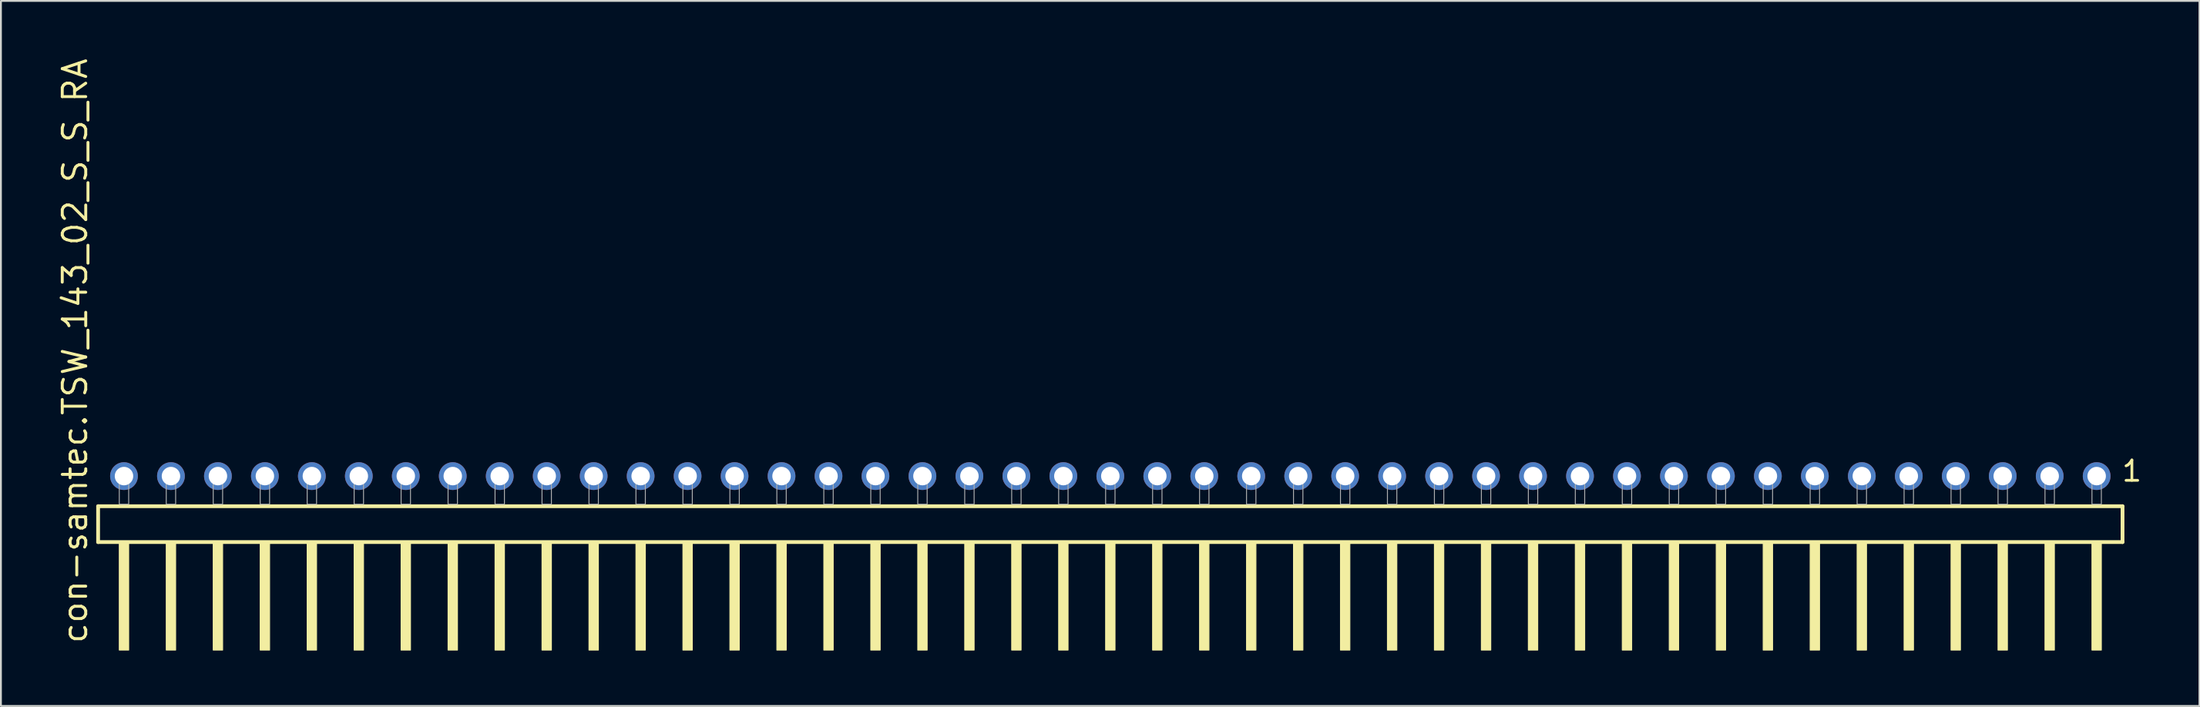
<source format=kicad_pcb>
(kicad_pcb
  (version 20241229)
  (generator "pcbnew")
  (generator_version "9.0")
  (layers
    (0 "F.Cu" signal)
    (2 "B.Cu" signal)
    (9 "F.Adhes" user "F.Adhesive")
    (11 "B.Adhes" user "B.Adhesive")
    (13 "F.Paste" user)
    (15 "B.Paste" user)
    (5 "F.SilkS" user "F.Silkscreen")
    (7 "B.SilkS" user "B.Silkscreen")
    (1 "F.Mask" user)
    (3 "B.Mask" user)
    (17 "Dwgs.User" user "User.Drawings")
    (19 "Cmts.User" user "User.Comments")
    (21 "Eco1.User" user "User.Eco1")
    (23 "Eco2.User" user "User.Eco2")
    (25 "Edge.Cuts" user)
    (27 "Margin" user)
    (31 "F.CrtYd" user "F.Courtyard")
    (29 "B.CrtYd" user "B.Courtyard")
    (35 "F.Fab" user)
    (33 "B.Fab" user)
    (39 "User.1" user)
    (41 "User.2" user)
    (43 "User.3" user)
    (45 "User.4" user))
  (footprint "con-samtec.TSW_143_02_S_S_RA"
    (layer "F.Cu")
    (at 56.995 24.235)
    (property "Reference" "con-samtec.TSW_143_02_S_S_RA" (at -55.245 7.62 90) (layer "F.SilkS") (effects (font (size 1.27 1.27) (thickness 0.16)) (justify left bottom)))
    (attr through_hole)
    (fp_line (start -54.739 0.106) (end -54.739 2.046) (stroke (width 0.203) (type default)) (layer "F.SilkS"))
    (fp_line (start -54.739 2.046) (end 54.739 2.046) (stroke (width 0.203) (type default)) (layer "F.SilkS"))
    (fp_line (start 54.739 0.106) (end -54.739 0.106) (stroke (width 0.203) (type default)) (layer "F.SilkS"))
    (fp_line (start 54.739 2.046) (end 54.739 0.106) (stroke (width 0.203) (type default)) (layer "F.SilkS"))
    (fp_rect (start -53.594 7.89) (end -53.086 2.04) (stroke (width 0.05) (type default)) (fill yes) (layer "F.SilkS"))
    (fp_rect (start -51.054 7.89) (end -50.546 2.04) (stroke (width 0.05) (type default)) (fill yes) (layer "F.SilkS"))
    (fp_rect (start -48.514 7.89) (end -48.006 2.04) (stroke (width 0.05) (type default)) (fill yes) (layer "F.SilkS"))
    (fp_rect (start -45.974 7.89) (end -45.466 2.04) (stroke (width 0.05) (type default)) (fill yes) (layer "F.SilkS"))
    (fp_rect (start -43.434 7.89) (end -42.926 2.04) (stroke (width 0.05) (type default)) (fill yes) (layer "F.SilkS"))
    (fp_rect (start -40.894 7.89) (end -40.386 2.04) (stroke (width 0.05) (type default)) (fill yes) (layer "F.SilkS"))
    (fp_rect (start -38.354 7.89) (end -37.846 2.04) (stroke (width 0.05) (type default)) (fill yes) (layer "F.SilkS"))
    (fp_rect (start -35.814 7.89) (end -35.306 2.04) (stroke (width 0.05) (type default)) (fill yes) (layer "F.SilkS"))
    (fp_rect (start -33.274 7.89) (end -32.766 2.04) (stroke (width 0.05) (type default)) (fill yes) (layer "F.SilkS"))
    (fp_rect (start -30.734 7.89) (end -30.226 2.04) (stroke (width 0.05) (type default)) (fill yes) (layer "F.SilkS"))
    (fp_rect (start -28.194 7.89) (end -27.686 2.04) (stroke (width 0.05) (type default)) (fill yes) (layer "F.SilkS"))
    (fp_rect (start -25.654 7.89) (end -25.146 2.04) (stroke (width 0.05) (type default)) (fill yes) (layer "F.SilkS"))
    (fp_rect (start -23.114 7.89) (end -22.606 2.04) (stroke (width 0.05) (type default)) (fill yes) (layer "F.SilkS"))
    (fp_rect (start -20.574 7.89) (end -20.066 2.04) (stroke (width 0.05) (type default)) (fill yes) (layer "F.SilkS"))
    (fp_rect (start -18.034 7.89) (end -17.526 2.04) (stroke (width 0.05) (type default)) (fill yes) (layer "F.SilkS"))
    (fp_rect (start -15.494 7.89) (end -14.986 2.04) (stroke (width 0.05) (type default)) (fill yes) (layer "F.SilkS"))
    (fp_rect (start -12.954 7.89) (end -12.446 2.04) (stroke (width 0.05) (type default)) (fill yes) (layer "F.SilkS"))
    (fp_rect (start -10.414 7.89) (end -9.906 2.04) (stroke (width 0.05) (type default)) (fill yes) (layer "F.SilkS"))
    (fp_rect (start -7.874 7.89) (end -7.366 2.04) (stroke (width 0.05) (type default)) (fill yes) (layer "F.SilkS"))
    (fp_rect (start -5.334 7.89) (end -4.826 2.04) (stroke (width 0.05) (type default)) (fill yes) (layer "F.SilkS"))
    (fp_rect (start -2.794 7.89) (end -2.286 2.04) (stroke (width 0.05) (type default)) (fill yes) (layer "F.SilkS"))
    (fp_rect (start -0.254 7.89) (end 0.254 2.04) (stroke (width 0.05) (type default)) (fill yes) (layer "F.SilkS"))
    (fp_rect (start 2.286 7.89) (end 2.794 2.04) (stroke (width 0.05) (type default)) (fill yes) (layer "F.SilkS"))
    (fp_rect (start 4.826 7.89) (end 5.334 2.04) (stroke (width 0.05) (type default)) (fill yes) (layer "F.SilkS"))
    (fp_rect (start 7.366 7.89) (end 7.874 2.04) (stroke (width 0.05) (type default)) (fill yes) (layer "F.SilkS"))
    (fp_rect (start 9.906 7.89) (end 10.414 2.04) (stroke (width 0.05) (type default)) (fill yes) (layer "F.SilkS"))
    (fp_rect (start 12.446 7.89) (end 12.954 2.04) (stroke (width 0.05) (type default)) (fill yes) (layer "F.SilkS"))
    (fp_rect (start 14.986 7.89) (end 15.494 2.04) (stroke (width 0.05) (type default)) (fill yes) (layer "F.SilkS"))
    (fp_rect (start 17.526 7.89) (end 18.034 2.04) (stroke (width 0.05) (type default)) (fill yes) (layer "F.SilkS"))
    (fp_rect (start 20.066 7.89) (end 20.574 2.04) (stroke (width 0.05) (type default)) (fill yes) (layer "F.SilkS"))
    (fp_rect (start 22.606 7.89) (end 23.114 2.04) (stroke (width 0.05) (type default)) (fill yes) (layer "F.SilkS"))
    (fp_rect (start 25.146 7.89) (end 25.654 2.04) (stroke (width 0.05) (type default)) (fill yes) (layer "F.SilkS"))
    (fp_rect (start 27.686 7.89) (end 28.194 2.04) (stroke (width 0.05) (type default)) (fill yes) (layer "F.SilkS"))
    (fp_rect (start 30.226 7.89) (end 30.734 2.04) (stroke (width 0.05) (type default)) (fill yes) (layer "F.SilkS"))
    (fp_rect (start 32.766 7.89) (end 33.274 2.04) (stroke (width 0.05) (type default)) (fill yes) (layer "F.SilkS"))
    (fp_rect (start 35.306 7.89) (end 35.814 2.04) (stroke (width 0.05) (type default)) (fill yes) (layer "F.SilkS"))
    (fp_rect (start 37.846 7.89) (end 38.354 2.04) (stroke (width 0.05) (type default)) (fill yes) (layer "F.SilkS"))
    (fp_rect (start 40.386 7.89) (end 40.894 2.04) (stroke (width 0.05) (type default)) (fill yes) (layer "F.SilkS"))
    (fp_rect (start 42.926 7.89) (end 43.434 2.04) (stroke (width 0.05) (type default)) (fill yes) (layer "F.SilkS"))
    (fp_rect (start 45.466 7.89) (end 45.974 2.04) (stroke (width 0.05) (type default)) (fill yes) (layer "F.SilkS"))
    (fp_rect (start 48.006 7.89) (end 48.514 2.04) (stroke (width 0.05) (type default)) (fill yes) (layer "F.SilkS"))
    (fp_rect (start 50.546 7.89) (end 51.054 2.04) (stroke (width 0.05) (type default)) (fill yes) (layer "F.SilkS"))
    (fp_rect (start 53.086 7.89) (end 53.594 2.04) (stroke (width 0.05) (type default)) (fill yes) (layer "F.SilkS"))
    (fp_rect (start -53.594 0) (end -53.086 -1.778) (stroke (width 0.05) (type default)) (fill no) (layer "F.Fab"))
    (fp_rect (start -51.054 0) (end -50.546 -1.778) (stroke (width 0.05) (type default)) (fill no) (layer "F.Fab"))
    (fp_rect (start -48.514 0) (end -48.006 -1.778) (stroke (width 0.05) (type default)) (fill no) (layer "F.Fab"))
    (fp_rect (start -45.974 0) (end -45.466 -1.778) (stroke (width 0.05) (type default)) (fill no) (layer "F.Fab"))
    (fp_rect (start -43.434 0) (end -42.926 -1.778) (stroke (width 0.05) (type default)) (fill no) (layer "F.Fab"))
    (fp_rect (start -40.894 0) (end -40.386 -1.778) (stroke (width 0.05) (type default)) (fill no) (layer "F.Fab"))
    (fp_rect (start -38.354 0) (end -37.846 -1.778) (stroke (width 0.05) (type default)) (fill no) (layer "F.Fab"))
    (fp_rect (start -35.814 0) (end -35.306 -1.778) (stroke (width 0.05) (type default)) (fill no) (layer "F.Fab"))
    (fp_rect (start -33.274 0) (end -32.766 -1.778) (stroke (width 0.05) (type default)) (fill no) (layer "F.Fab"))
    (fp_rect (start -30.734 0) (end -30.226 -1.778) (stroke (width 0.05) (type default)) (fill no) (layer "F.Fab"))
    (fp_rect (start -28.194 0) (end -27.686 -1.778) (stroke (width 0.05) (type default)) (fill no) (layer "F.Fab"))
    (fp_rect (start -25.654 0) (end -25.146 -1.778) (stroke (width 0.05) (type default)) (fill no) (layer "F.Fab"))
    (fp_rect (start -23.114 0) (end -22.606 -1.778) (stroke (width 0.05) (type default)) (fill no) (layer "F.Fab"))
    (fp_rect (start -20.574 0) (end -20.066 -1.778) (stroke (width 0.05) (type default)) (fill no) (layer "F.Fab"))
    (fp_rect (start -18.034 0) (end -17.526 -1.778) (stroke (width 0.05) (type default)) (fill no) (layer "F.Fab"))
    (fp_rect (start -15.494 0) (end -14.986 -1.778) (stroke (width 0.05) (type default)) (fill no) (layer "F.Fab"))
    (fp_rect (start -12.954 0) (end -12.446 -1.778) (stroke (width 0.05) (type default)) (fill no) (layer "F.Fab"))
    (fp_rect (start -10.414 0) (end -9.906 -1.778) (stroke (width 0.05) (type default)) (fill no) (layer "F.Fab"))
    (fp_rect (start -7.874 0) (end -7.366 -1.778) (stroke (width 0.05) (type default)) (fill no) (layer "F.Fab"))
    (fp_rect (start -5.334 0) (end -4.826 -1.778) (stroke (width 0.05) (type default)) (fill no) (layer "F.Fab"))
    (fp_rect (start -2.794 0) (end -2.286 -1.778) (stroke (width 0.05) (type default)) (fill no) (layer "F.Fab"))
    (fp_rect (start -0.254 0) (end 0.254 -1.778) (stroke (width 0.05) (type default)) (fill no) (layer "F.Fab"))
    (fp_rect (start 2.286 0) (end 2.794 -1.778) (stroke (width 0.05) (type default)) (fill no) (layer "F.Fab"))
    (fp_rect (start 4.826 0) (end 5.334 -1.778) (stroke (width 0.05) (type default)) (fill no) (layer "F.Fab"))
    (fp_rect (start 7.366 0) (end 7.874 -1.778) (stroke (width 0.05) (type default)) (fill no) (layer "F.Fab"))
    (fp_rect (start 9.906 0) (end 10.414 -1.778) (stroke (width 0.05) (type default)) (fill no) (layer "F.Fab"))
    (fp_rect (start 12.446 0) (end 12.954 -1.778) (stroke (width 0.05) (type default)) (fill no) (layer "F.Fab"))
    (fp_rect (start 14.986 0) (end 15.494 -1.778) (stroke (width 0.05) (type default)) (fill no) (layer "F.Fab"))
    (fp_rect (start 17.526 0) (end 18.034 -1.778) (stroke (width 0.05) (type default)) (fill no) (layer "F.Fab"))
    (fp_rect (start 20.066 0) (end 20.574 -1.778) (stroke (width 0.05) (type default)) (fill no) (layer "F.Fab"))
    (fp_rect (start 22.606 0) (end 23.114 -1.778) (stroke (width 0.05) (type default)) (fill no) (layer "F.Fab"))
    (fp_rect (start 25.146 0) (end 25.654 -1.778) (stroke (width 0.05) (type default)) (fill no) (layer "F.Fab"))
    (fp_rect (start 27.686 0) (end 28.194 -1.778) (stroke (width 0.05) (type default)) (fill no) (layer "F.Fab"))
    (fp_rect (start 30.226 0) (end 30.734 -1.778) (stroke (width 0.05) (type default)) (fill no) (layer "F.Fab"))
    (fp_rect (start 32.766 0) (end 33.274 -1.778) (stroke (width 0.05) (type default)) (fill no) (layer "F.Fab"))
    (fp_rect (start 35.306 0) (end 35.814 -1.778) (stroke (width 0.05) (type default)) (fill no) (layer "F.Fab"))
    (fp_rect (start 37.846 0) (end 38.354 -1.778) (stroke (width 0.05) (type default)) (fill no) (layer "F.Fab"))
    (fp_rect (start 40.386 0) (end 40.894 -1.778) (stroke (width 0.05) (type default)) (fill no) (layer "F.Fab"))
    (fp_rect (start 42.926 0) (end 43.434 -1.778) (stroke (width 0.05) (type default)) (fill no) (layer "F.Fab"))
    (fp_rect (start 45.466 0) (end 45.974 -1.778) (stroke (width 0.05) (type default)) (fill no) (layer "F.Fab"))
    (fp_rect (start 48.006 0) (end 48.514 -1.778) (stroke (width 0.05) (type default)) (fill no) (layer "F.Fab"))
    (fp_rect (start 50.546 0) (end 51.054 -1.778) (stroke (width 0.05) (type default)) (fill no) (layer "F.Fab"))
    (fp_rect (start 53.086 0) (end 53.594 -1.778) (stroke (width 0.05) (type default)) (fill no) (layer "F.Fab"))
    (fp_text user "1" (at 54.622 -1.152 0) (layer "F.SilkS") (effects (font (size 1.1 1.1) (thickness 0.15)) (justify left bottom)))
    (pad "1" thru_hole circle (at 53.34 -1.524 180) (size 1.5 1.5) (drill 1) (layers "*.Cu" "*.Mask"))
    (pad "2" thru_hole circle (at 50.8 -1.524 180) (size 1.5 1.5) (drill 1) (layers "*.Cu" "*.Mask"))
    (pad "3" thru_hole circle (at 48.26 -1.524 180) (size 1.5 1.5) (drill 1) (layers "*.Cu" "*.Mask"))
    (pad "4" thru_hole circle (at 45.72 -1.524 180) (size 1.5 1.5) (drill 1) (layers "*.Cu" "*.Mask"))
    (pad "5" thru_hole circle (at 43.18 -1.524 180) (size 1.5 1.5) (drill 1) (layers "*.Cu" "*.Mask"))
    (pad "6" thru_hole circle (at 40.64 -1.524 180) (size 1.5 1.5) (drill 1) (layers "*.Cu" "*.Mask"))
    (pad "7" thru_hole circle (at 38.1 -1.524 180) (size 1.5 1.5) (drill 1) (layers "*.Cu" "*.Mask"))
    (pad "8" thru_hole circle (at 35.56 -1.524 180) (size 1.5 1.5) (drill 1) (layers "*.Cu" "*.Mask"))
    (pad "9" thru_hole circle (at 33.02 -1.524 180) (size 1.5 1.5) (drill 1) (layers "*.Cu" "*.Mask"))
    (pad "10" thru_hole circle (at 30.48 -1.524 180) (size 1.5 1.5) (drill 1) (layers "*.Cu" "*.Mask"))
    (pad "11" thru_hole circle (at 27.94 -1.524 180) (size 1.5 1.5) (drill 1) (layers "*.Cu" "*.Mask"))
    (pad "12" thru_hole circle (at 25.4 -1.524 180) (size 1.5 1.5) (drill 1) (layers "*.Cu" "*.Mask"))
    (pad "13" thru_hole circle (at 22.86 -1.524 180) (size 1.5 1.5) (drill 1) (layers "*.Cu" "*.Mask"))
    (pad "14" thru_hole circle (at 20.32 -1.524 180) (size 1.5 1.5) (drill 1) (layers "*.Cu" "*.Mask"))
    (pad "15" thru_hole circle (at 17.78 -1.524 180) (size 1.5 1.5) (drill 1) (layers "*.Cu" "*.Mask"))
    (pad "16" thru_hole circle (at 15.24 -1.524 180) (size 1.5 1.5) (drill 1) (layers "*.Cu" "*.Mask"))
    (pad "17" thru_hole circle (at 12.7 -1.524 180) (size 1.5 1.5) (drill 1) (layers "*.Cu" "*.Mask"))
    (pad "18" thru_hole circle (at 10.16 -1.524 180) (size 1.5 1.5) (drill 1) (layers "*.Cu" "*.Mask"))
    (pad "19" thru_hole circle (at 7.62 -1.524 180) (size 1.5 1.5) (drill 1) (layers "*.Cu" "*.Mask"))
    (pad "20" thru_hole circle (at 5.08 -1.524 180) (size 1.5 1.5) (drill 1) (layers "*.Cu" "*.Mask"))
    (pad "21" thru_hole circle (at 2.54 -1.524 180) (size 1.5 1.5) (drill 1) (layers "*.Cu" "*.Mask"))
    (pad "22" thru_hole circle (at 0 -1.524 180) (size 1.5 1.5) (drill 1) (layers "*.Cu" "*.Mask"))
    (pad "23" thru_hole circle (at -2.54 -1.524 180) (size 1.5 1.5) (drill 1) (layers "*.Cu" "*.Mask"))
    (pad "24" thru_hole circle (at -5.08 -1.524 180) (size 1.5 1.5) (drill 1) (layers "*.Cu" "*.Mask"))
    (pad "25" thru_hole circle (at -7.62 -1.524 180) (size 1.5 1.5) (drill 1) (layers "*.Cu" "*.Mask"))
    (pad "26" thru_hole circle (at -10.16 -1.524 180) (size 1.5 1.5) (drill 1) (layers "*.Cu" "*.Mask"))
    (pad "27" thru_hole circle (at -12.7 -1.524 180) (size 1.5 1.5) (drill 1) (layers "*.Cu" "*.Mask"))
    (pad "28" thru_hole circle (at -15.24 -1.524 180) (size 1.5 1.5) (drill 1) (layers "*.Cu" "*.Mask"))
    (pad "29" thru_hole circle (at -17.78 -1.524 180) (size 1.5 1.5) (drill 1) (layers "*.Cu" "*.Mask"))
    (pad "30" thru_hole circle (at -20.32 -1.524 180) (size 1.5 1.5) (drill 1) (layers "*.Cu" "*.Mask"))
    (pad "31" thru_hole circle (at -22.86 -1.524 180) (size 1.5 1.5) (drill 1) (layers "*.Cu" "*.Mask"))
    (pad "32" thru_hole circle (at -25.4 -1.524 180) (size 1.5 1.5) (drill 1) (layers "*.Cu" "*.Mask"))
    (pad "33" thru_hole circle (at -27.94 -1.524 180) (size 1.5 1.5) (drill 1) (layers "*.Cu" "*.Mask"))
    (pad "34" thru_hole circle (at -30.48 -1.524 180) (size 1.5 1.5) (drill 1) (layers "*.Cu" "*.Mask"))
    (pad "35" thru_hole circle (at -33.02 -1.524 180) (size 1.5 1.5) (drill 1) (layers "*.Cu" "*.Mask"))
    (pad "36" thru_hole circle (at -35.56 -1.524 180) (size 1.5 1.5) (drill 1) (layers "*.Cu" "*.Mask"))
    (pad "37" thru_hole circle (at -38.1 -1.524 180) (size 1.5 1.5) (drill 1) (layers "*.Cu" "*.Mask"))
    (pad "38" thru_hole circle (at -40.64 -1.524 180) (size 1.5 1.5) (drill 1) (layers "*.Cu" "*.Mask"))
    (pad "39" thru_hole circle (at -43.18 -1.524 180) (size 1.5 1.5) (drill 1) (layers "*.Cu" "*.Mask"))
    (pad "40" thru_hole circle (at -45.72 -1.524 180) (size 1.5 1.5) (drill 1) (layers "*.Cu" "*.Mask"))
    (pad "41" thru_hole circle (at -48.26 -1.524 180) (size 1.5 1.5) (drill 1) (layers "*.Cu" "*.Mask"))
    (pad "42" thru_hole circle (at -50.8 -1.524 180) (size 1.5 1.5) (drill 1) (layers "*.Cu" "*.Mask"))
    (pad "43" thru_hole circle (at -53.34 -1.524 180) (size 1.5 1.5) (drill 1) (layers "*.Cu" "*.Mask")))
  (gr_rect
    (start -3 -3)
    (end 115.895 35.15)
    (stroke (width 0.1) (type default))
    (fill no)
    (layer "Edge.Cuts")))
</source>
